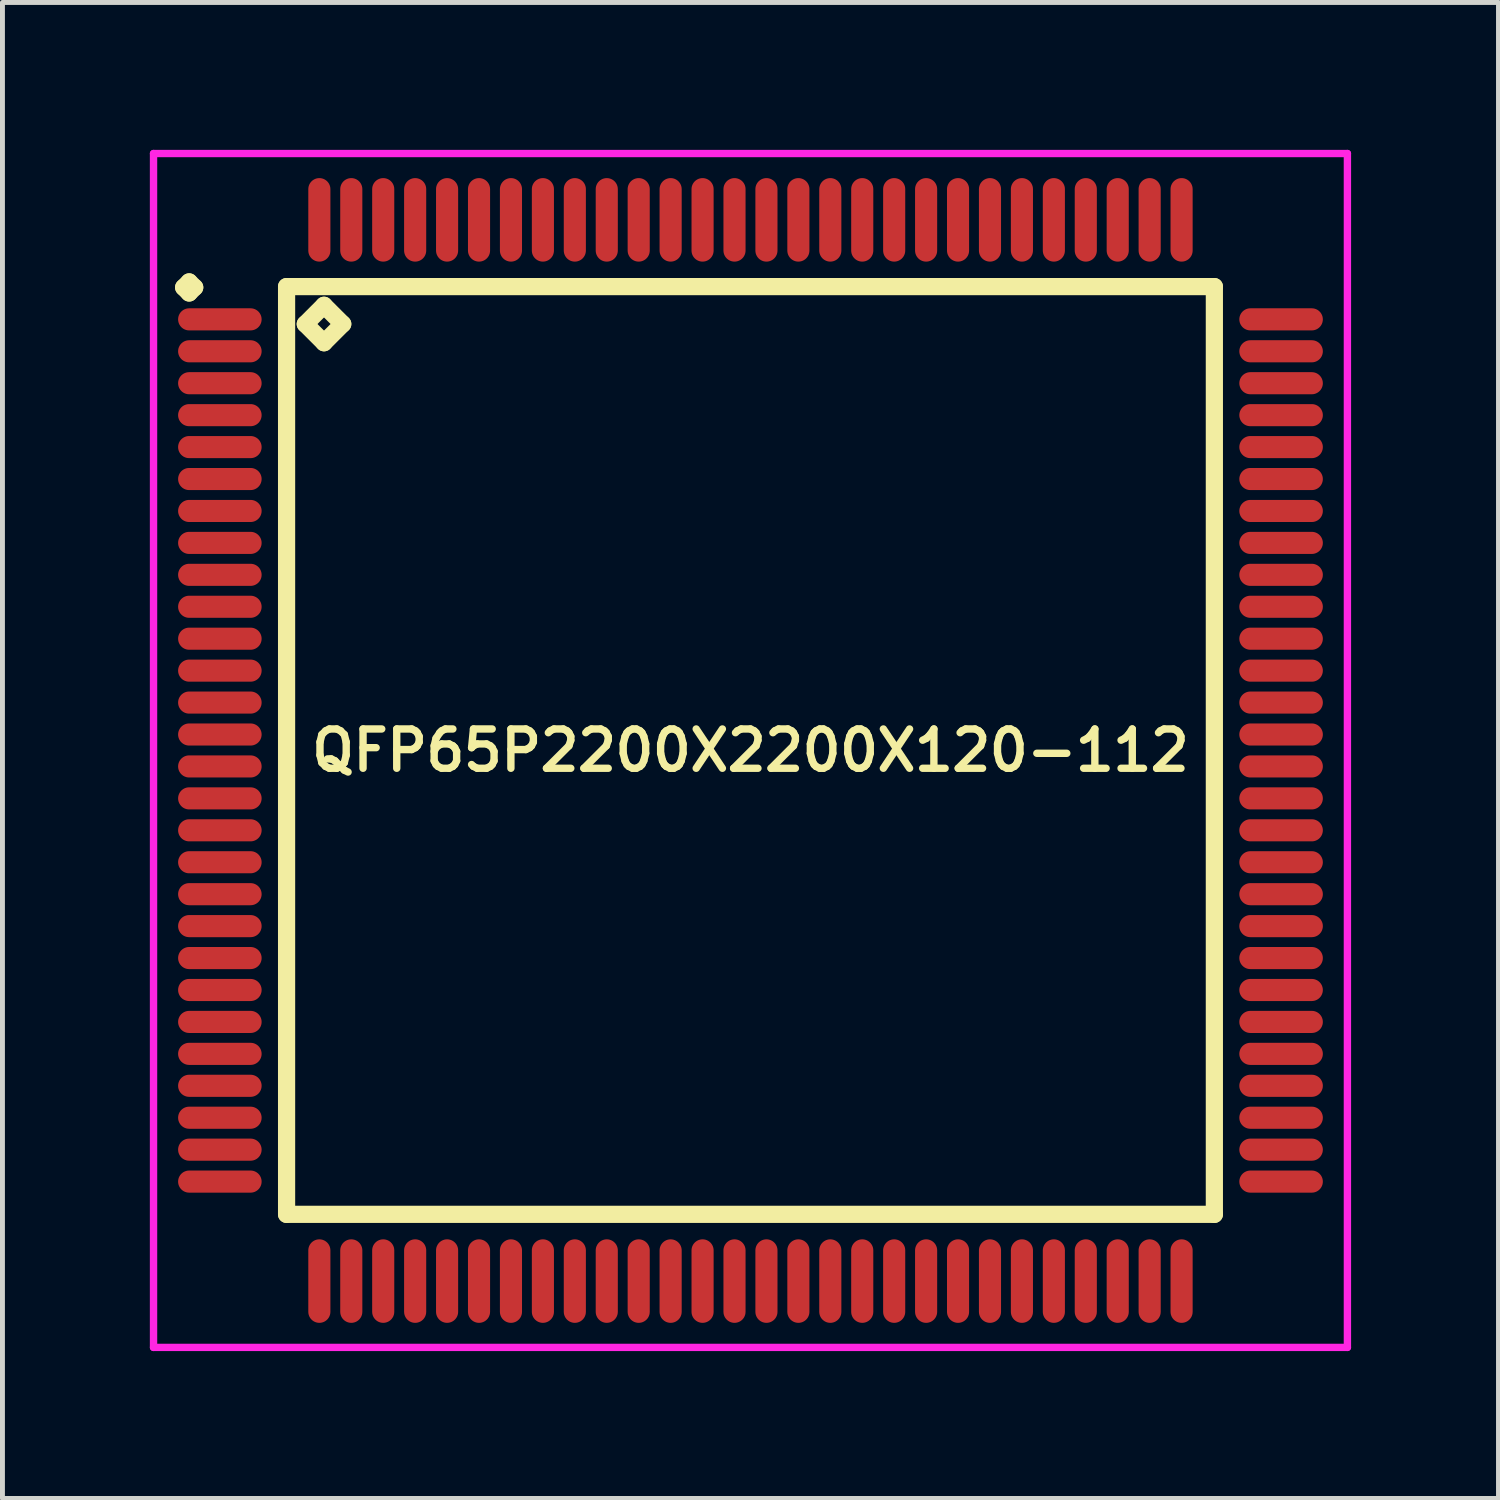
<source format=kicad_pcb>
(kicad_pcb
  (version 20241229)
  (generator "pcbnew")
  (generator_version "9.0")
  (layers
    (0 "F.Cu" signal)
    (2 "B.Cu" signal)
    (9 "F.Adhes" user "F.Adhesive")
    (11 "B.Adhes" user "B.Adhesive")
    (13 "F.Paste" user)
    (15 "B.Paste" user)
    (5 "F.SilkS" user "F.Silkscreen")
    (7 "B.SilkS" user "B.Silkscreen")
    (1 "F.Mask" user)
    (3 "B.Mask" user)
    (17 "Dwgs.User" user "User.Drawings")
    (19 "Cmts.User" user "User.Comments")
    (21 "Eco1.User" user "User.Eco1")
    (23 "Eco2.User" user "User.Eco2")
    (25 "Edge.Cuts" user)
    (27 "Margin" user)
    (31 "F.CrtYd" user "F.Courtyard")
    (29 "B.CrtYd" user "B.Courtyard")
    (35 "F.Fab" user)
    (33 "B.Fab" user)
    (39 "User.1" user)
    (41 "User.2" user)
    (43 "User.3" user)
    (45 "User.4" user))
  (footprint "QFP65P2200X2200X120-112"
    (layer "F.Cu")
    (at 12.225 12.225)
    (property "Reference" "QFP65P2200X2200X120-112" (at 0 0 0) (layer "F.SilkS") (effects (font (size 0.8 0.8) (thickness 0.15))))
    (attr smd)
    (fp_line (start -11.537 -9.425) (end -11.425 -9.537) (stroke (width 0.35) (type solid)) (layer "F.SilkS"))
    (fp_line (start -11.425 -9.537) (end -11.312 -9.425) (stroke (width 0.35) (type solid)) (layer "F.SilkS"))
    (fp_line (start -11.425 -9.312) (end -11.537 -9.425) (stroke (width 0.35) (type solid)) (layer "F.SilkS"))
    (fp_line (start -11.312 -9.425) (end -11.425 -9.312) (stroke (width 0.35) (type solid)) (layer "F.SilkS"))
    (fp_line (start -9.442 -9.442) (end -9.442 9.442) (stroke (width 0.35) (type solid)) (layer "F.SilkS"))
    (fp_line (start -9.442 9.442) (end 9.442 9.442) (stroke (width 0.35) (type solid)) (layer "F.SilkS"))
    (fp_line (start -9.061 -8.68) (end -8.68 -9.061) (stroke (width 0.35) (type solid)) (layer "F.SilkS"))
    (fp_line (start -8.68 -9.061) (end -8.299 -8.68) (stroke (width 0.35) (type solid)) (layer "F.SilkS"))
    (fp_line (start -8.68 -8.299) (end -9.061 -8.68) (stroke (width 0.35) (type solid)) (layer "F.SilkS"))
    (fp_line (start -8.299 -8.68) (end -8.68 -8.299) (stroke (width 0.35) (type solid)) (layer "F.SilkS"))
    (fp_line (start 9.442 -9.442) (end -9.442 -9.442) (stroke (width 0.35) (type solid)) (layer "F.SilkS"))
    (fp_line (start 9.442 9.442) (end 9.442 -9.442) (stroke (width 0.35) (type solid)) (layer "F.SilkS"))
    (fp_line (start -12.15 -12.15) (end 12.15 -12.15) (stroke (width 0.15) (type solid)) (layer "F.CrtYd"))
    (fp_line (start -12.15 12.15) (end -12.15 -12.15) (stroke (width 0.15) (type solid)) (layer "F.CrtYd"))
    (fp_line (start 12.15 -12.15) (end 12.15 12.15) (stroke (width 0.15) (type solid)) (layer "F.CrtYd"))
    (fp_line (start 12.15 12.15) (end -12.15 12.15) (stroke (width 0.15) (type solid)) (layer "F.CrtYd"))
    (pad "1" smd oval (at -10.8 -8.775) (size 1.7 0.45) (layers "F.Cu" "F.Mask" "F.Paste"))
    (pad "2" smd oval (at -10.8 -8.125) (size 1.7 0.45) (layers "F.Cu" "F.Mask" "F.Paste"))
    (pad "3" smd oval (at -10.8 -7.475) (size 1.7 0.45) (layers "F.Cu" "F.Mask" "F.Paste"))
    (pad "4" smd oval (at -10.8 -6.825) (size 1.7 0.45) (layers "F.Cu" "F.Mask" "F.Paste"))
    (pad "5" smd oval (at -10.8 -6.175) (size 1.7 0.45) (layers "F.Cu" "F.Mask" "F.Paste"))
    (pad "6" smd oval (at -10.8 -5.525) (size 1.7 0.45) (layers "F.Cu" "F.Mask" "F.Paste"))
    (pad "7" smd oval (at -10.8 -4.875) (size 1.7 0.45) (layers "F.Cu" "F.Mask" "F.Paste"))
    (pad "8" smd oval (at -10.8 -4.225) (size 1.7 0.45) (layers "F.Cu" "F.Mask" "F.Paste"))
    (pad "9" smd oval (at -10.8 -3.575) (size 1.7 0.45) (layers "F.Cu" "F.Mask" "F.Paste"))
    (pad "10" smd oval (at -10.8 -2.925) (size 1.7 0.45) (layers "F.Cu" "F.Mask" "F.Paste"))
    (pad "11" smd oval (at -10.8 -2.275) (size 1.7 0.45) (layers "F.Cu" "F.Mask" "F.Paste"))
    (pad "12" smd oval (at -10.8 -1.625) (size 1.7 0.45) (layers "F.Cu" "F.Mask" "F.Paste"))
    (pad "13" smd oval (at -10.8 -0.975) (size 1.7 0.45) (layers "F.Cu" "F.Mask" "F.Paste"))
    (pad "14" smd oval (at -10.8 -0.325) (size 1.7 0.45) (layers "F.Cu" "F.Mask" "F.Paste"))
    (pad "15" smd oval (at -10.8 0.325) (size 1.7 0.45) (layers "F.Cu" "F.Mask" "F.Paste"))
    (pad "16" smd oval (at -10.8 0.975) (size 1.7 0.45) (layers "F.Cu" "F.Mask" "F.Paste"))
    (pad "17" smd oval (at -10.8 1.625) (size 1.7 0.45) (layers "F.Cu" "F.Mask" "F.Paste"))
    (pad "18" smd oval (at -10.8 2.275) (size 1.7 0.45) (layers "F.Cu" "F.Mask" "F.Paste"))
    (pad "19" smd oval (at -10.8 2.925) (size 1.7 0.45) (layers "F.Cu" "F.Mask" "F.Paste"))
    (pad "20" smd oval (at -10.8 3.575) (size 1.7 0.45) (layers "F.Cu" "F.Mask" "F.Paste"))
    (pad "21" smd oval (at -10.8 4.225) (size 1.7 0.45) (layers "F.Cu" "F.Mask" "F.Paste"))
    (pad "22" smd oval (at -10.8 4.875) (size 1.7 0.45) (layers "F.Cu" "F.Mask" "F.Paste"))
    (pad "23" smd oval (at -10.8 5.525) (size 1.7 0.45) (layers "F.Cu" "F.Mask" "F.Paste"))
    (pad "24" smd oval (at -10.8 6.175) (size 1.7 0.45) (layers "F.Cu" "F.Mask" "F.Paste"))
    (pad "25" smd oval (at -10.8 6.825) (size 1.7 0.45) (layers "F.Cu" "F.Mask" "F.Paste"))
    (pad "26" smd oval (at -10.8 7.475) (size 1.7 0.45) (layers "F.Cu" "F.Mask" "F.Paste"))
    (pad "27" smd oval (at -10.8 8.125) (size 1.7 0.45) (layers "F.Cu" "F.Mask" "F.Paste"))
    (pad "28" smd oval (at -10.8 8.775) (size 1.7 0.45) (layers "F.Cu" "F.Mask" "F.Paste"))
    (pad "29" smd oval (at -8.775 10.8) (size 0.45 1.7) (layers "F.Cu" "F.Mask" "F.Paste"))
    (pad "30" smd oval (at -8.125 10.8) (size 0.45 1.7) (layers "F.Cu" "F.Mask" "F.Paste"))
    (pad "31" smd oval (at -7.475 10.8) (size 0.45 1.7) (layers "F.Cu" "F.Mask" "F.Paste"))
    (pad "32" smd oval (at -6.825 10.8) (size 0.45 1.7) (layers "F.Cu" "F.Mask" "F.Paste"))
    (pad "33" smd oval (at -6.175 10.8) (size 0.45 1.7) (layers "F.Cu" "F.Mask" "F.Paste"))
    (pad "34" smd oval (at -5.525 10.8) (size 0.45 1.7) (layers "F.Cu" "F.Mask" "F.Paste"))
    (pad "35" smd oval (at -4.875 10.8) (size 0.45 1.7) (layers "F.Cu" "F.Mask" "F.Paste"))
    (pad "36" smd oval (at -4.225 10.8) (size 0.45 1.7) (layers "F.Cu" "F.Mask" "F.Paste"))
    (pad "37" smd oval (at -3.575 10.8) (size 0.45 1.7) (layers "F.Cu" "F.Mask" "F.Paste"))
    (pad "38" smd oval (at -2.925 10.8) (size 0.45 1.7) (layers "F.Cu" "F.Mask" "F.Paste"))
    (pad "39" smd oval (at -2.275 10.8) (size 0.45 1.7) (layers "F.Cu" "F.Mask" "F.Paste"))
    (pad "40" smd oval (at -1.625 10.8) (size 0.45 1.7) (layers "F.Cu" "F.Mask" "F.Paste"))
    (pad "41" smd oval (at -0.975 10.8) (size 0.45 1.7) (layers "F.Cu" "F.Mask" "F.Paste"))
    (pad "42" smd oval (at -0.325 10.8) (size 0.45 1.7) (layers "F.Cu" "F.Mask" "F.Paste"))
    (pad "43" smd oval (at 0.325 10.8) (size 0.45 1.7) (layers "F.Cu" "F.Mask" "F.Paste"))
    (pad "44" smd oval (at 0.975 10.8) (size 0.45 1.7) (layers "F.Cu" "F.Mask" "F.Paste"))
    (pad "45" smd oval (at 1.625 10.8) (size 0.45 1.7) (layers "F.Cu" "F.Mask" "F.Paste"))
    (pad "46" smd oval (at 2.275 10.8) (size 0.45 1.7) (layers "F.Cu" "F.Mask" "F.Paste"))
    (pad "47" smd oval (at 2.925 10.8) (size 0.45 1.7) (layers "F.Cu" "F.Mask" "F.Paste"))
    (pad "48" smd oval (at 3.575 10.8) (size 0.45 1.7) (layers "F.Cu" "F.Mask" "F.Paste"))
    (pad "49" smd oval (at 4.225 10.8) (size 0.45 1.7) (layers "F.Cu" "F.Mask" "F.Paste"))
    (pad "50" smd oval (at 4.875 10.8) (size 0.45 1.7) (layers "F.Cu" "F.Mask" "F.Paste"))
    (pad "51" smd oval (at 5.525 10.8) (size 0.45 1.7) (layers "F.Cu" "F.Mask" "F.Paste"))
    (pad "52" smd oval (at 6.175 10.8) (size 0.45 1.7) (layers "F.Cu" "F.Mask" "F.Paste"))
    (pad "53" smd oval (at 6.825 10.8) (size 0.45 1.7) (layers "F.Cu" "F.Mask" "F.Paste"))
    (pad "54" smd oval (at 7.475 10.8) (size 0.45 1.7) (layers "F.Cu" "F.Mask" "F.Paste"))
    (pad "55" smd oval (at 8.125 10.8) (size 0.45 1.7) (layers "F.Cu" "F.Mask" "F.Paste"))
    (pad "56" smd oval (at 8.775 10.8) (size 0.45 1.7) (layers "F.Cu" "F.Mask" "F.Paste"))
    (pad "57" smd oval (at 10.8 8.775) (size 1.7 0.45) (layers "F.Cu" "F.Mask" "F.Paste"))
    (pad "58" smd oval (at 10.8 8.125) (size 1.7 0.45) (layers "F.Cu" "F.Mask" "F.Paste"))
    (pad "59" smd oval (at 10.8 7.475) (size 1.7 0.45) (layers "F.Cu" "F.Mask" "F.Paste"))
    (pad "60" smd oval (at 10.8 6.825) (size 1.7 0.45) (layers "F.Cu" "F.Mask" "F.Paste"))
    (pad "61" smd oval (at 10.8 6.175) (size 1.7 0.45) (layers "F.Cu" "F.Mask" "F.Paste"))
    (pad "62" smd oval (at 10.8 5.525) (size 1.7 0.45) (layers "F.Cu" "F.Mask" "F.Paste"))
    (pad "63" smd oval (at 10.8 4.875) (size 1.7 0.45) (layers "F.Cu" "F.Mask" "F.Paste"))
    (pad "64" smd oval (at 10.8 4.225) (size 1.7 0.45) (layers "F.Cu" "F.Mask" "F.Paste"))
    (pad "65" smd oval (at 10.8 3.575) (size 1.7 0.45) (layers "F.Cu" "F.Mask" "F.Paste"))
    (pad "66" smd oval (at 10.8 2.925) (size 1.7 0.45) (layers "F.Cu" "F.Mask" "F.Paste"))
    (pad "67" smd oval (at 10.8 2.275) (size 1.7 0.45) (layers "F.Cu" "F.Mask" "F.Paste"))
    (pad "68" smd oval (at 10.8 1.625) (size 1.7 0.45) (layers "F.Cu" "F.Mask" "F.Paste"))
    (pad "69" smd oval (at 10.8 0.975) (size 1.7 0.45) (layers "F.Cu" "F.Mask" "F.Paste"))
    (pad "70" smd oval (at 10.8 0.325) (size 1.7 0.45) (layers "F.Cu" "F.Mask" "F.Paste"))
    (pad "71" smd oval (at 10.8 -0.325) (size 1.7 0.45) (layers "F.Cu" "F.Mask" "F.Paste"))
    (pad "72" smd oval (at 10.8 -0.975) (size 1.7 0.45) (layers "F.Cu" "F.Mask" "F.Paste"))
    (pad "73" smd oval (at 10.8 -1.625) (size 1.7 0.45) (layers "F.Cu" "F.Mask" "F.Paste"))
    (pad "74" smd oval (at 10.8 -2.275) (size 1.7 0.45) (layers "F.Cu" "F.Mask" "F.Paste"))
    (pad "75" smd oval (at 10.8 -2.925) (size 1.7 0.45) (layers "F.Cu" "F.Mask" "F.Paste"))
    (pad "76" smd oval (at 10.8 -3.575) (size 1.7 0.45) (layers "F.Cu" "F.Mask" "F.Paste"))
    (pad "77" smd oval (at 10.8 -4.225) (size 1.7 0.45) (layers "F.Cu" "F.Mask" "F.Paste"))
    (pad "78" smd oval (at 10.8 -4.875) (size 1.7 0.45) (layers "F.Cu" "F.Mask" "F.Paste"))
    (pad "79" smd oval (at 10.8 -5.525) (size 1.7 0.45) (layers "F.Cu" "F.Mask" "F.Paste"))
    (pad "80" smd oval (at 10.8 -6.175) (size 1.7 0.45) (layers "F.Cu" "F.Mask" "F.Paste"))
    (pad "81" smd oval (at 10.8 -6.825) (size 1.7 0.45) (layers "F.Cu" "F.Mask" "F.Paste"))
    (pad "82" smd oval (at 10.8 -7.475) (size 1.7 0.45) (layers "F.Cu" "F.Mask" "F.Paste"))
    (pad "83" smd oval (at 10.8 -8.125) (size 1.7 0.45) (layers "F.Cu" "F.Mask" "F.Paste"))
    (pad "84" smd oval (at 10.8 -8.775) (size 1.7 0.45) (layers "F.Cu" "F.Mask" "F.Paste"))
    (pad "85" smd oval (at 8.775 -10.8) (size 0.45 1.7) (layers "F.Cu" "F.Mask" "F.Paste"))
    (pad "86" smd oval (at 8.125 -10.8) (size 0.45 1.7) (layers "F.Cu" "F.Mask" "F.Paste"))
    (pad "87" smd oval (at 7.475 -10.8) (size 0.45 1.7) (layers "F.Cu" "F.Mask" "F.Paste"))
    (pad "88" smd oval (at 6.825 -10.8) (size 0.45 1.7) (layers "F.Cu" "F.Mask" "F.Paste"))
    (pad "89" smd oval (at 6.175 -10.8) (size 0.45 1.7) (layers "F.Cu" "F.Mask" "F.Paste"))
    (pad "90" smd oval (at 5.525 -10.8) (size 0.45 1.7) (layers "F.Cu" "F.Mask" "F.Paste"))
    (pad "91" smd oval (at 4.875 -10.8) (size 0.45 1.7) (layers "F.Cu" "F.Mask" "F.Paste"))
    (pad "92" smd oval (at 4.225 -10.8) (size 0.45 1.7) (layers "F.Cu" "F.Mask" "F.Paste"))
    (pad "93" smd oval (at 3.575 -10.8) (size 0.45 1.7) (layers "F.Cu" "F.Mask" "F.Paste"))
    (pad "94" smd oval (at 2.925 -10.8) (size 0.45 1.7) (layers "F.Cu" "F.Mask" "F.Paste"))
    (pad "95" smd oval (at 2.275 -10.8) (size 0.45 1.7) (layers "F.Cu" "F.Mask" "F.Paste"))
    (pad "96" smd oval (at 1.625 -10.8) (size 0.45 1.7) (layers "F.Cu" "F.Mask" "F.Paste"))
    (pad "97" smd oval (at 0.975 -10.8) (size 0.45 1.7) (layers "F.Cu" "F.Mask" "F.Paste"))
    (pad "98" smd oval (at 0.325 -10.8) (size 0.45 1.7) (layers "F.Cu" "F.Mask" "F.Paste"))
    (pad "99" smd oval (at -0.325 -10.8) (size 0.45 1.7) (layers "F.Cu" "F.Mask" "F.Paste"))
    (pad "100" smd oval (at -0.975 -10.8) (size 0.45 1.7) (layers "F.Cu" "F.Mask" "F.Paste"))
    (pad "101" smd oval (at -1.625 -10.8) (size 0.45 1.7) (layers "F.Cu" "F.Mask" "F.Paste"))
    (pad "102" smd oval (at -2.275 -10.8) (size 0.45 1.7) (layers "F.Cu" "F.Mask" "F.Paste"))
    (pad "103" smd oval (at -2.925 -10.8) (size 0.45 1.7) (layers "F.Cu" "F.Mask" "F.Paste"))
    (pad "104" smd oval (at -3.575 -10.8) (size 0.45 1.7) (layers "F.Cu" "F.Mask" "F.Paste"))
    (pad "105" smd oval (at -4.225 -10.8) (size 0.45 1.7) (layers "F.Cu" "F.Mask" "F.Paste"))
    (pad "106" smd oval (at -4.875 -10.8) (size 0.45 1.7) (layers "F.Cu" "F.Mask" "F.Paste"))
    (pad "107" smd oval (at -5.525 -10.8) (size 0.45 1.7) (layers "F.Cu" "F.Mask" "F.Paste"))
    (pad "108" smd oval (at -6.175 -10.8) (size 0.45 1.7) (layers "F.Cu" "F.Mask" "F.Paste"))
    (pad "109" smd oval (at -6.825 -10.8) (size 0.45 1.7) (layers "F.Cu" "F.Mask" "F.Paste"))
    (pad "110" smd oval (at -7.475 -10.8) (size 0.45 1.7) (layers "F.Cu" "F.Mask" "F.Paste"))
    (pad "111" smd oval (at -8.125 -10.8) (size 0.45 1.7) (layers "F.Cu" "F.Mask" "F.Paste"))
    (pad "112" smd oval (at -8.775 -10.8) (size 0.45 1.7) (layers "F.Cu" "F.Mask" "F.Paste")))
  (gr_rect
    (start -3 -3)
    (end 27.45 27.45)
    (stroke (width 0.1) (type default))
    (fill no)
    (layer "Edge.Cuts")))
</source>
